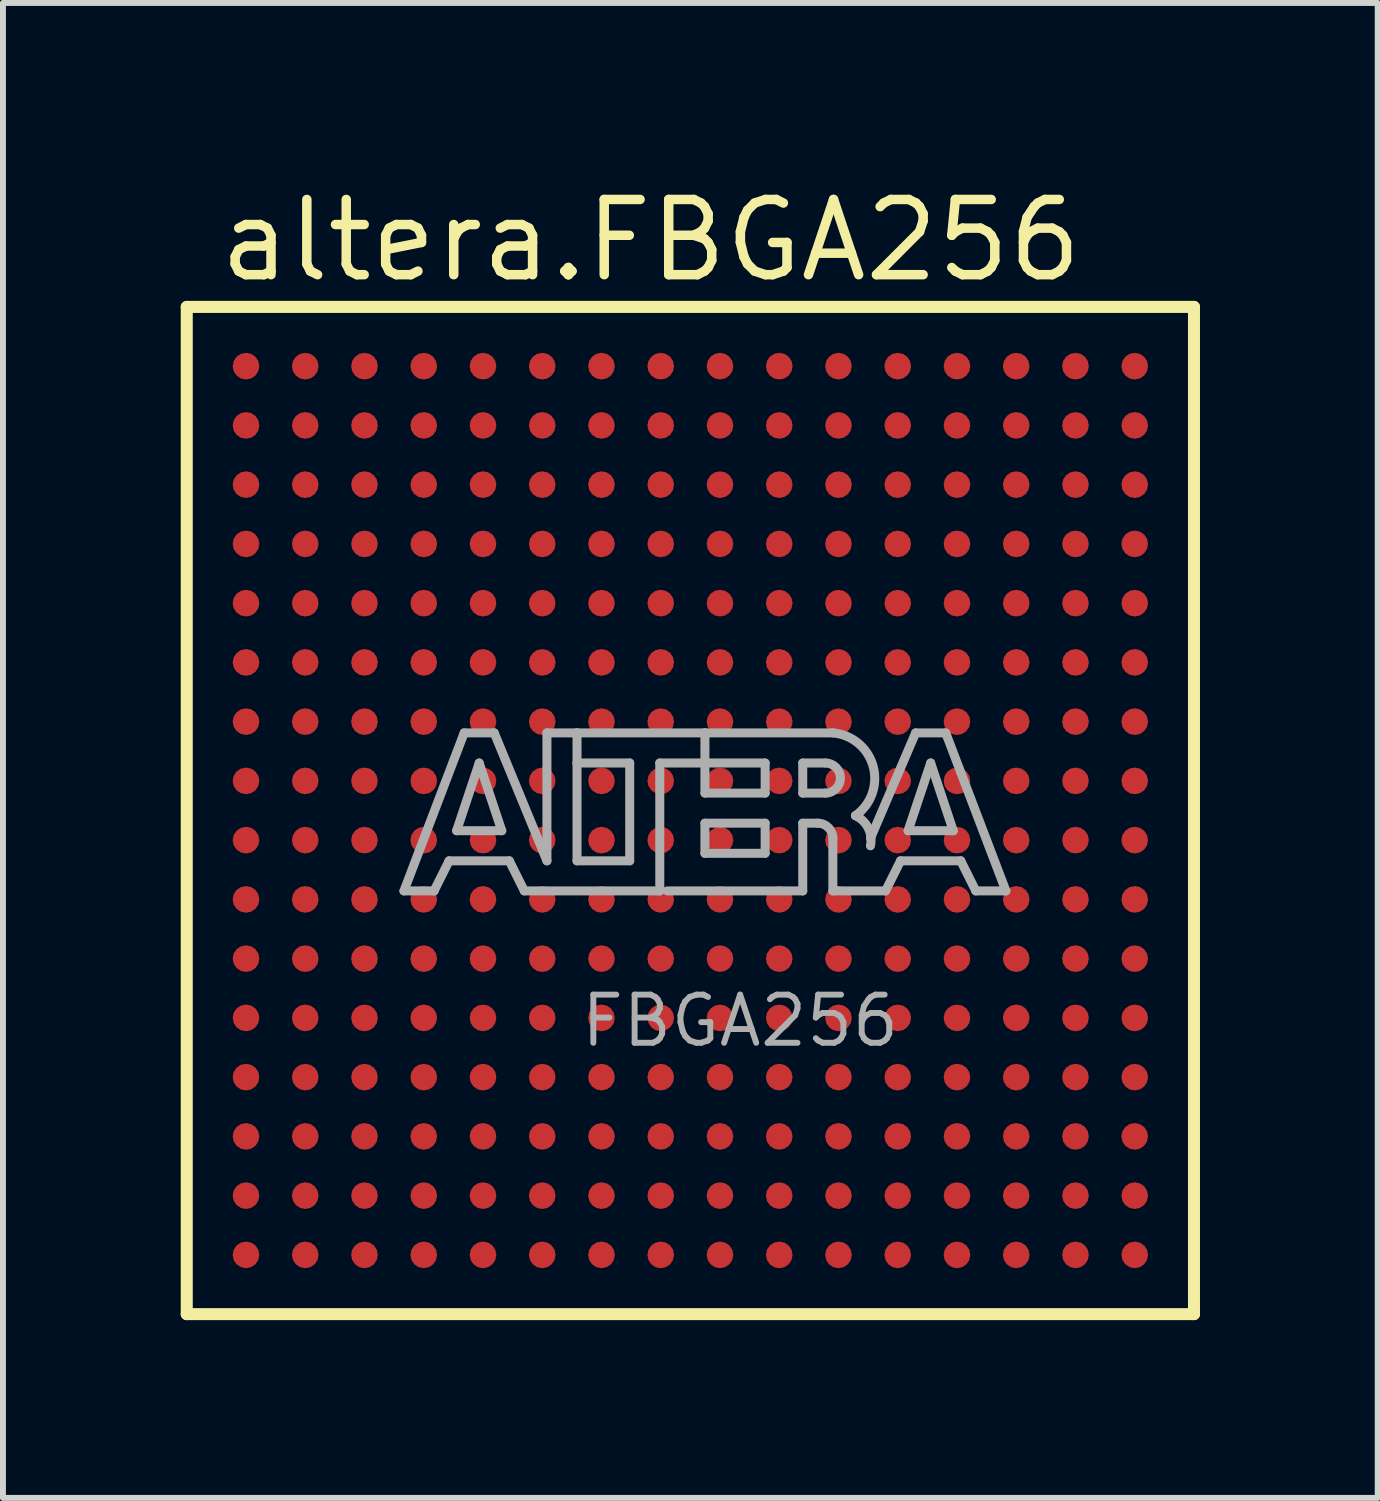
<source format=kicad_pcb>
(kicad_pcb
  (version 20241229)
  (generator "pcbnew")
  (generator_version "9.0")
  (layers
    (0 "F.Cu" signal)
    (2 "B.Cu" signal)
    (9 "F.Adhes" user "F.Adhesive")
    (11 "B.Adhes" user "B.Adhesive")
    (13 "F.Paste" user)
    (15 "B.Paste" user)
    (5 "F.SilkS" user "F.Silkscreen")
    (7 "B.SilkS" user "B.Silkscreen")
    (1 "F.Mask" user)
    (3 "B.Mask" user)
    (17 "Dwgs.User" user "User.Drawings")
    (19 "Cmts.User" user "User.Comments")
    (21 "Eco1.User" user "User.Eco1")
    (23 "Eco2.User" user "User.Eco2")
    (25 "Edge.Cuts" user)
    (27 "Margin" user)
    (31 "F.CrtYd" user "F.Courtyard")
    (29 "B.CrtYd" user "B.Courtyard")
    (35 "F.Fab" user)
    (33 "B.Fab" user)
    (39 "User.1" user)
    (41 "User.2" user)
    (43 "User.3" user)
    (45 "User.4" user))
  (footprint "altera.FBGA256"
    (layer "F.Cu")
    (at 8.602 10.63)
    (property "Reference" "altera.FBGA256" (at -8.03 -8.88 0) (layer "F.SilkS") (effects (font (size 1.27 1.27) (thickness 0.16)) (justify left bottom)))
    (attr smd)
    (fp_line (start -8.5 -8.5) (end -8.5 8.5) (stroke (width 0.203) (type default)) (layer "F.SilkS"))
    (fp_line (start -8.5 8.5) (end 8.5 8.5) (stroke (width 0.203) (type default)) (layer "F.SilkS"))
    (fp_line (start 8.5 -8.5) (end -8.5 -8.5) (stroke (width 0.203) (type default)) (layer "F.SilkS"))
    (fp_line (start 8.5 8.5) (end 8.5 -8.5) (stroke (width 0.203) (type default)) (layer "F.SilkS"))
    (fp_line (start -4.834 1.357) (end -3.818 -1.31) (stroke (width 0.152) (type default)) (layer "F.Fab"))
    (fp_line (start -4.326 1.357) (end -4.834 1.357) (stroke (width 0.152) (type default)) (layer "F.Fab"))
    (fp_line (start -4.072 0.849) (end -4.326 1.357) (stroke (width 0.152) (type default)) (layer "F.Fab"))
    (fp_line (start -3.945 0.341) (end -3.183 0.341) (stroke (width 0.152) (type default)) (layer "F.Fab"))
    (fp_line (start -3.818 -1.31) (end -3.31 -1.31) (stroke (width 0.152) (type default)) (layer "F.Fab"))
    (fp_line (start -3.564 -0.802) (end -3.945 0.341) (stroke (width 0.152) (type default)) (layer "F.Fab"))
    (fp_line (start -3.31 -1.31) (end -2.421 0.849) (stroke (width 0.152) (type default)) (layer "F.Fab"))
    (fp_line (start -3.183 0.341) (end -3.564 -0.802) (stroke (width 0.152) (type default)) (layer "F.Fab"))
    (fp_line (start -3.056 0.849) (end -4.072 0.849) (stroke (width 0.152) (type default)) (layer "F.Fab"))
    (fp_line (start -2.802 1.357) (end -3.056 0.849) (stroke (width 0.152) (type default)) (layer "F.Fab"))
    (fp_line (start -2.421 -1.31) (end -1.913 -1.31) (stroke (width 0.152) (type default)) (layer "F.Fab"))
    (fp_line (start -2.421 0.849) (end -2.421 -1.31) (stroke (width 0.152) (type default)) (layer "F.Fab"))
    (fp_line (start -1.913 -1.31) (end -1.913 -0.802) (stroke (width 0.152) (type default)) (layer "F.Fab"))
    (fp_line (start -1.913 -1.31) (end 0.246 -1.31) (stroke (width 0.152) (type default)) (layer "F.Fab"))
    (fp_line (start -1.913 -0.802) (end -1.913 0.849) (stroke (width 0.152) (type default)) (layer "F.Fab"))
    (fp_line (start -1.913 0.849) (end -1.024 0.849) (stroke (width 0.152) (type default)) (layer "F.Fab"))
    (fp_line (start -1.024 -0.802) (end -1.913 -0.802) (stroke (width 0.152) (type default)) (layer "F.Fab"))
    (fp_line (start -1.024 0.849) (end -1.024 -0.802) (stroke (width 0.152) (type default)) (layer "F.Fab"))
    (fp_line (start -0.516 -0.802) (end -0.516 1.357) (stroke (width 0.152) (type default)) (layer "F.Fab"))
    (fp_line (start -0.516 1.357) (end -2.802 1.357) (stroke (width 0.152) (type default)) (layer "F.Fab"))
    (fp_line (start 0.246 -1.31) (end 0.246 -0.802) (stroke (width 0.152) (type default)) (layer "F.Fab"))
    (fp_line (start 0.246 -1.31) (end 2.405 -1.31) (stroke (width 0.152) (type default)) (layer "F.Fab"))
    (fp_line (start 0.246 -0.802) (end -0.516 -0.802) (stroke (width 0.152) (type default)) (layer "F.Fab"))
    (fp_line (start 0.246 -0.802) (end 0.246 -0.294) (stroke (width 0.152) (type default)) (layer "F.Fab"))
    (fp_line (start 0.246 -0.294) (end 1.262 -0.294) (stroke (width 0.152) (type default)) (layer "F.Fab"))
    (fp_line (start 0.246 0.214) (end 1.262 0.214) (stroke (width 0.152) (type default)) (layer "F.Fab"))
    (fp_line (start 0.246 0.722) (end 0.246 0.214) (stroke (width 0.152) (type default)) (layer "F.Fab"))
    (fp_line (start 1.262 -0.802) (end 0.246 -0.802) (stroke (width 0.152) (type default)) (layer "F.Fab"))
    (fp_line (start 1.262 -0.294) (end 1.262 -0.802) (stroke (width 0.152) (type default)) (layer "F.Fab"))
    (fp_line (start 1.262 0.214) (end 1.262 0.722) (stroke (width 0.152) (type default)) (layer "F.Fab"))
    (fp_line (start 1.262 0.722) (end 0.246 0.722) (stroke (width 0.152) (type default)) (layer "F.Fab"))
    (fp_line (start 1.897 -0.802) (end 1.897 -0.294) (stroke (width 0.152) (type default)) (layer "F.Fab"))
    (fp_line (start 1.897 -0.294) (end 2.278 -0.294) (stroke (width 0.152) (type default)) (layer "F.Fab"))
    (fp_line (start 1.897 0.214) (end 1.897 1.357) (stroke (width 0.152) (type default)) (layer "F.Fab"))
    (fp_line (start 1.897 0.214) (end 2.151 0.214) (stroke (width 0.152) (type default)) (layer "F.Fab"))
    (fp_line (start 1.897 1.357) (end -0.389 1.357) (stroke (width 0.152) (type default)) (layer "F.Fab"))
    (fp_line (start 2.278 -0.802) (end 1.897 -0.802) (stroke (width 0.152) (type default)) (layer "F.Fab"))
    (fp_line (start 2.405 0.468) (end 2.405 1.357) (stroke (width 0.152) (type default)) (layer "F.Fab"))
    (fp_line (start 2.405 1.357) (end 3.294 1.357) (stroke (width 0.152) (type default)) (layer "F.Fab"))
    (fp_line (start 3.294 1.357) (end 3.548 0.849) (stroke (width 0.152) (type default)) (layer "F.Fab"))
    (fp_line (start 3.548 0.849) (end 4.564 0.849) (stroke (width 0.152) (type default)) (layer "F.Fab"))
    (fp_line (start 3.675 0.341) (end 4.056 -0.802) (stroke (width 0.152) (type default)) (layer "F.Fab"))
    (fp_line (start 3.802 -1.31) (end 3.04 0.468) (stroke (width 0.152) (type default)) (layer "F.Fab"))
    (fp_line (start 4.056 -0.802) (end 4.437 0.341) (stroke (width 0.152) (type default)) (layer "F.Fab"))
    (fp_line (start 4.31 -1.31) (end 3.802 -1.31) (stroke (width 0.152) (type default)) (layer "F.Fab"))
    (fp_line (start 4.437 0.341) (end 3.675 0.341) (stroke (width 0.152) (type default)) (layer "F.Fab"))
    (fp_line (start 4.564 0.849) (end 4.818 1.357) (stroke (width 0.152) (type default)) (layer "F.Fab"))
    (fp_line (start 4.818 1.357) (end 5.326 1.357) (stroke (width 0.152) (type default)) (layer "F.Fab"))
    (fp_line (start 5.326 1.357) (end 4.31 -1.31) (stroke (width 0.152) (type default)) (layer "F.Fab"))
    (fp_arc (start 2.151 0.214) (mid 2.330605 0.288395) (end 2.405 0.468) (stroke (width 0.1524) (type default)) (layer "F.Fab"))
    (fp_arc (start 2.278 -0.802) (mid 2.532 -0.548) (end 2.278 -0.294) (stroke (width 0.1524) (type default)) (layer "F.Fab"))
    (fp_arc (start 2.405 -1.31) (mid 3.084953 -0.74477) (end 2.7861 0.0874) (stroke (width 0.1524) (type default)) (layer "F.Fab"))
    (fp_arc (start 2.7861 0.0871) (mid 3.002081 0.296587) (end 3.0398 0.5951) (stroke (width 0.1524) (type default)) (layer "F.Fab"))
    (fp_text user "FBGA256" (at -1.897 4.025 0) (layer "F.Fab") (effects (font (size 0.813 0.813) (thickness 0.1)) (justify left bottom)))
    (pad "A1" smd roundrect (at -7.5 -7.5) (size 0.45 0.45) (layers "F.Cu" "F.Mask" "F.Paste") (roundrect_rratio 0.5))
    (pad "A2" smd roundrect (at -6.5 -7.5) (size 0.45 0.45) (layers "F.Cu" "F.Mask" "F.Paste") (roundrect_rratio 0.5))
    (pad "A3" smd roundrect (at -5.5 -7.5) (size 0.45 0.45) (layers "F.Cu" "F.Mask" "F.Paste") (roundrect_rratio 0.5))
    (pad "A4" smd roundrect (at -4.5 -7.5) (size 0.45 0.45) (layers "F.Cu" "F.Mask" "F.Paste") (roundrect_rratio 0.5))
    (pad "A5" smd roundrect (at -3.5 -7.5) (size 0.45 0.45) (layers "F.Cu" "F.Mask" "F.Paste") (roundrect_rratio 0.5))
    (pad "A6" smd roundrect (at -2.5 -7.5) (size 0.45 0.45) (layers "F.Cu" "F.Mask" "F.Paste") (roundrect_rratio 0.5))
    (pad "A7" smd roundrect (at -1.5 -7.5) (size 0.45 0.45) (layers "F.Cu" "F.Mask" "F.Paste") (roundrect_rratio 0.5))
    (pad "A8" smd roundrect (at -0.5 -7.5) (size 0.45 0.45) (layers "F.Cu" "F.Mask" "F.Paste") (roundrect_rratio 0.5))
    (pad "A9" smd roundrect (at 0.5 -7.5) (size 0.45 0.45) (layers "F.Cu" "F.Mask" "F.Paste") (roundrect_rratio 0.5))
    (pad "A10" smd roundrect (at 1.5 -7.5) (size 0.45 0.45) (layers "F.Cu" "F.Mask" "F.Paste") (roundrect_rratio 0.5))
    (pad "A11" smd roundrect (at 2.5 -7.5) (size 0.45 0.45) (layers "F.Cu" "F.Mask" "F.Paste") (roundrect_rratio 0.5))
    (pad "A12" smd roundrect (at 3.5 -7.5) (size 0.45 0.45) (layers "F.Cu" "F.Mask" "F.Paste") (roundrect_rratio 0.5))
    (pad "A13" smd roundrect (at 4.5 -7.5) (size 0.45 0.45) (layers "F.Cu" "F.Mask" "F.Paste") (roundrect_rratio 0.5))
    (pad "A14" smd roundrect (at 5.5 -7.5) (size 0.45 0.45) (layers "F.Cu" "F.Mask" "F.Paste") (roundrect_rratio 0.5))
    (pad "A15" smd roundrect (at 6.5 -7.5) (size 0.45 0.45) (layers "F.Cu" "F.Mask" "F.Paste") (roundrect_rratio 0.5))
    (pad "A16" smd roundrect (at 7.5 -7.5) (size 0.45 0.45) (layers "F.Cu" "F.Mask" "F.Paste") (roundrect_rratio 0.5))
    (pad "B1" smd roundrect (at -7.5 -6.5) (size 0.45 0.45) (layers "F.Cu" "F.Mask" "F.Paste") (roundrect_rratio 0.5))
    (pad "B2" smd roundrect (at -6.5 -6.5) (size 0.45 0.45) (layers "F.Cu" "F.Mask" "F.Paste") (roundrect_rratio 0.5))
    (pad "B3" smd roundrect (at -5.5 -6.5) (size 0.45 0.45) (layers "F.Cu" "F.Mask" "F.Paste") (roundrect_rratio 0.5))
    (pad "B4" smd roundrect (at -4.5 -6.5) (size 0.45 0.45) (layers "F.Cu" "F.Mask" "F.Paste") (roundrect_rratio 0.5))
    (pad "B5" smd roundrect (at -3.5 -6.5) (size 0.45 0.45) (layers "F.Cu" "F.Mask" "F.Paste") (roundrect_rratio 0.5))
    (pad "B6" smd roundrect (at -2.5 -6.5) (size 0.45 0.45) (layers "F.Cu" "F.Mask" "F.Paste") (roundrect_rratio 0.5))
    (pad "B7" smd roundrect (at -1.5 -6.5) (size 0.45 0.45) (layers "F.Cu" "F.Mask" "F.Paste") (roundrect_rratio 0.5))
    (pad "B8" smd roundrect (at -0.5 -6.5) (size 0.45 0.45) (layers "F.Cu" "F.Mask" "F.Paste") (roundrect_rratio 0.5))
    (pad "B9" smd roundrect (at 0.5 -6.5) (size 0.45 0.45) (layers "F.Cu" "F.Mask" "F.Paste") (roundrect_rratio 0.5))
    (pad "B10" smd roundrect (at 1.5 -6.5) (size 0.45 0.45) (layers "F.Cu" "F.Mask" "F.Paste") (roundrect_rratio 0.5))
    (pad "B11" smd roundrect (at 2.5 -6.5) (size 0.45 0.45) (layers "F.Cu" "F.Mask" "F.Paste") (roundrect_rratio 0.5))
    (pad "B12" smd roundrect (at 3.5 -6.5) (size 0.45 0.45) (layers "F.Cu" "F.Mask" "F.Paste") (roundrect_rratio 0.5))
    (pad "B13" smd roundrect (at 4.5 -6.5) (size 0.45 0.45) (layers "F.Cu" "F.Mask" "F.Paste") (roundrect_rratio 0.5))
    (pad "B14" smd roundrect (at 5.5 -6.5) (size 0.45 0.45) (layers "F.Cu" "F.Mask" "F.Paste") (roundrect_rratio 0.5))
    (pad "B15" smd roundrect (at 6.5 -6.5) (size 0.45 0.45) (layers "F.Cu" "F.Mask" "F.Paste") (roundrect_rratio 0.5))
    (pad "B16" smd roundrect (at 7.5 -6.5) (size 0.45 0.45) (layers "F.Cu" "F.Mask" "F.Paste") (roundrect_rratio 0.5))
    (pad "C1" smd roundrect (at -7.5 -5.5) (size 0.45 0.45) (layers "F.Cu" "F.Mask" "F.Paste") (roundrect_rratio 0.5))
    (pad "C2" smd roundrect (at -6.5 -5.5) (size 0.45 0.45) (layers "F.Cu" "F.Mask" "F.Paste") (roundrect_rratio 0.5))
    (pad "C3" smd roundrect (at -5.5 -5.5) (size 0.45 0.45) (layers "F.Cu" "F.Mask" "F.Paste") (roundrect_rratio 0.5))
    (pad "C4" smd roundrect (at -4.5 -5.5) (size 0.45 0.45) (layers "F.Cu" "F.Mask" "F.Paste") (roundrect_rratio 0.5))
    (pad "C5" smd roundrect (at -3.5 -5.5) (size 0.45 0.45) (layers "F.Cu" "F.Mask" "F.Paste") (roundrect_rratio 0.5))
    (pad "C6" smd roundrect (at -2.5 -5.5) (size 0.45 0.45) (layers "F.Cu" "F.Mask" "F.Paste") (roundrect_rratio 0.5))
    (pad "C7" smd roundrect (at -1.5 -5.5) (size 0.45 0.45) (layers "F.Cu" "F.Mask" "F.Paste") (roundrect_rratio 0.5))
    (pad "C8" smd roundrect (at -0.5 -5.5) (size 0.45 0.45) (layers "F.Cu" "F.Mask" "F.Paste") (roundrect_rratio 0.5))
    (pad "C9" smd roundrect (at 0.5 -5.5) (size 0.45 0.45) (layers "F.Cu" "F.Mask" "F.Paste") (roundrect_rratio 0.5))
    (pad "C10" smd roundrect (at 1.5 -5.5) (size 0.45 0.45) (layers "F.Cu" "F.Mask" "F.Paste") (roundrect_rratio 0.5))
    (pad "C11" smd roundrect (at 2.5 -5.5) (size 0.45 0.45) (layers "F.Cu" "F.Mask" "F.Paste") (roundrect_rratio 0.5))
    (pad "C12" smd roundrect (at 3.5 -5.5) (size 0.45 0.45) (layers "F.Cu" "F.Mask" "F.Paste") (roundrect_rratio 0.5))
    (pad "C13" smd roundrect (at 4.5 -5.5) (size 0.45 0.45) (layers "F.Cu" "F.Mask" "F.Paste") (roundrect_rratio 0.5))
    (pad "C14" smd roundrect (at 5.5 -5.5) (size 0.45 0.45) (layers "F.Cu" "F.Mask" "F.Paste") (roundrect_rratio 0.5))
    (pad "C15" smd roundrect (at 6.5 -5.5) (size 0.45 0.45) (layers "F.Cu" "F.Mask" "F.Paste") (roundrect_rratio 0.5))
    (pad "C16" smd roundrect (at 7.5 -5.5) (size 0.45 0.45) (layers "F.Cu" "F.Mask" "F.Paste") (roundrect_rratio 0.5))
    (pad "D1" smd roundrect (at -7.5 -4.5) (size 0.45 0.45) (layers "F.Cu" "F.Mask" "F.Paste") (roundrect_rratio 0.5))
    (pad "D2" smd roundrect (at -6.5 -4.5) (size 0.45 0.45) (layers "F.Cu" "F.Mask" "F.Paste") (roundrect_rratio 0.5))
    (pad "D3" smd roundrect (at -5.5 -4.5) (size 0.45 0.45) (layers "F.Cu" "F.Mask" "F.Paste") (roundrect_rratio 0.5))
    (pad "D4" smd roundrect (at -4.5 -4.5) (size 0.45 0.45) (layers "F.Cu" "F.Mask" "F.Paste") (roundrect_rratio 0.5))
    (pad "D5" smd roundrect (at -3.5 -4.5) (size 0.45 0.45) (layers "F.Cu" "F.Mask" "F.Paste") (roundrect_rratio 0.5))
    (pad "D6" smd roundrect (at -2.5 -4.5) (size 0.45 0.45) (layers "F.Cu" "F.Mask" "F.Paste") (roundrect_rratio 0.5))
    (pad "D7" smd roundrect (at -1.5 -4.5) (size 0.45 0.45) (layers "F.Cu" "F.Mask" "F.Paste") (roundrect_rratio 0.5))
    (pad "D8" smd roundrect (at -0.5 -4.5) (size 0.45 0.45) (layers "F.Cu" "F.Mask" "F.Paste") (roundrect_rratio 0.5))
    (pad "D9" smd roundrect (at 0.5 -4.5) (size 0.45 0.45) (layers "F.Cu" "F.Mask" "F.Paste") (roundrect_rratio 0.5))
    (pad "D10" smd roundrect (at 1.5 -4.5) (size 0.45 0.45) (layers "F.Cu" "F.Mask" "F.Paste") (roundrect_rratio 0.5))
    (pad "D11" smd roundrect (at 2.5 -4.5) (size 0.45 0.45) (layers "F.Cu" "F.Mask" "F.Paste") (roundrect_rratio 0.5))
    (pad "D12" smd roundrect (at 3.5 -4.5) (size 0.45 0.45) (layers "F.Cu" "F.Mask" "F.Paste") (roundrect_rratio 0.5))
    (pad "D13" smd roundrect (at 4.5 -4.5) (size 0.45 0.45) (layers "F.Cu" "F.Mask" "F.Paste") (roundrect_rratio 0.5))
    (pad "D14" smd roundrect (at 5.5 -4.5) (size 0.45 0.45) (layers "F.Cu" "F.Mask" "F.Paste") (roundrect_rratio 0.5))
    (pad "D15" smd roundrect (at 6.5 -4.5) (size 0.45 0.45) (layers "F.Cu" "F.Mask" "F.Paste") (roundrect_rratio 0.5))
    (pad "D16" smd roundrect (at 7.5 -4.5) (size 0.45 0.45) (layers "F.Cu" "F.Mask" "F.Paste") (roundrect_rratio 0.5))
    (pad "E1" smd roundrect (at -7.5 -3.5) (size 0.45 0.45) (layers "F.Cu" "F.Mask" "F.Paste") (roundrect_rratio 0.5))
    (pad "E2" smd roundrect (at -6.5 -3.5) (size 0.45 0.45) (layers "F.Cu" "F.Mask" "F.Paste") (roundrect_rratio 0.5))
    (pad "E3" smd roundrect (at -5.5 -3.5) (size 0.45 0.45) (layers "F.Cu" "F.Mask" "F.Paste") (roundrect_rratio 0.5))
    (pad "E4" smd roundrect (at -4.5 -3.5) (size 0.45 0.45) (layers "F.Cu" "F.Mask" "F.Paste") (roundrect_rratio 0.5))
    (pad "E5" smd roundrect (at -3.5 -3.5) (size 0.45 0.45) (layers "F.Cu" "F.Mask" "F.Paste") (roundrect_rratio 0.5))
    (pad "E6" smd roundrect (at -2.5 -3.5) (size 0.45 0.45) (layers "F.Cu" "F.Mask" "F.Paste") (roundrect_rratio 0.5))
    (pad "E7" smd roundrect (at -1.5 -3.5) (size 0.45 0.45) (layers "F.Cu" "F.Mask" "F.Paste") (roundrect_rratio 0.5))
    (pad "E8" smd roundrect (at -0.5 -3.5) (size 0.45 0.45) (layers "F.Cu" "F.Mask" "F.Paste") (roundrect_rratio 0.5))
    (pad "E9" smd roundrect (at 0.5 -3.5) (size 0.45 0.45) (layers "F.Cu" "F.Mask" "F.Paste") (roundrect_rratio 0.5))
    (pad "E10" smd roundrect (at 1.5 -3.5) (size 0.45 0.45) (layers "F.Cu" "F.Mask" "F.Paste") (roundrect_rratio 0.5))
    (pad "E11" smd roundrect (at 2.5 -3.5) (size 0.45 0.45) (layers "F.Cu" "F.Mask" "F.Paste") (roundrect_rratio 0.5))
    (pad "E12" smd roundrect (at 3.5 -3.5) (size 0.45 0.45) (layers "F.Cu" "F.Mask" "F.Paste") (roundrect_rratio 0.5))
    (pad "E13" smd roundrect (at 4.5 -3.5) (size 0.45 0.45) (layers "F.Cu" "F.Mask" "F.Paste") (roundrect_rratio 0.5))
    (pad "E14" smd roundrect (at 5.5 -3.5) (size 0.45 0.45) (layers "F.Cu" "F.Mask" "F.Paste") (roundrect_rratio 0.5))
    (pad "E15" smd roundrect (at 6.5 -3.5) (size 0.45 0.45) (layers "F.Cu" "F.Mask" "F.Paste") (roundrect_rratio 0.5))
    (pad "E16" smd roundrect (at 7.5 -3.5) (size 0.45 0.45) (layers "F.Cu" "F.Mask" "F.Paste") (roundrect_rratio 0.5))
    (pad "F1" smd roundrect (at -7.5 -2.5) (size 0.45 0.45) (layers "F.Cu" "F.Mask" "F.Paste") (roundrect_rratio 0.5))
    (pad "F2" smd roundrect (at -6.5 -2.5) (size 0.45 0.45) (layers "F.Cu" "F.Mask" "F.Paste") (roundrect_rratio 0.5))
    (pad "F3" smd roundrect (at -5.5 -2.5) (size 0.45 0.45) (layers "F.Cu" "F.Mask" "F.Paste") (roundrect_rratio 0.5))
    (pad "F4" smd roundrect (at -4.5 -2.5) (size 0.45 0.45) (layers "F.Cu" "F.Mask" "F.Paste") (roundrect_rratio 0.5))
    (pad "F5" smd roundrect (at -3.5 -2.5) (size 0.45 0.45) (layers "F.Cu" "F.Mask" "F.Paste") (roundrect_rratio 0.5))
    (pad "F6" smd roundrect (at -2.5 -2.5) (size 0.45 0.45) (layers "F.Cu" "F.Mask" "F.Paste") (roundrect_rratio 0.5))
    (pad "F7" smd roundrect (at -1.5 -2.5) (size 0.45 0.45) (layers "F.Cu" "F.Mask" "F.Paste") (roundrect_rratio 0.5))
    (pad "F8" smd roundrect (at -0.5 -2.5) (size 0.45 0.45) (layers "F.Cu" "F.Mask" "F.Paste") (roundrect_rratio 0.5))
    (pad "F9" smd roundrect (at 0.5 -2.5) (size 0.45 0.45) (layers "F.Cu" "F.Mask" "F.Paste") (roundrect_rratio 0.5))
    (pad "F10" smd roundrect (at 1.5 -2.5) (size 0.45 0.45) (layers "F.Cu" "F.Mask" "F.Paste") (roundrect_rratio 0.5))
    (pad "F11" smd roundrect (at 2.5 -2.5) (size 0.45 0.45) (layers "F.Cu" "F.Mask" "F.Paste") (roundrect_rratio 0.5))
    (pad "F12" smd roundrect (at 3.5 -2.5) (size 0.45 0.45) (layers "F.Cu" "F.Mask" "F.Paste") (roundrect_rratio 0.5))
    (pad "F13" smd roundrect (at 4.5 -2.5) (size 0.45 0.45) (layers "F.Cu" "F.Mask" "F.Paste") (roundrect_rratio 0.5))
    (pad "F14" smd roundrect (at 5.5 -2.5) (size 0.45 0.45) (layers "F.Cu" "F.Mask" "F.Paste") (roundrect_rratio 0.5))
    (pad "F15" smd roundrect (at 6.5 -2.5) (size 0.45 0.45) (layers "F.Cu" "F.Mask" "F.Paste") (roundrect_rratio 0.5))
    (pad "F16" smd roundrect (at 7.5 -2.5) (size 0.45 0.45) (layers "F.Cu" "F.Mask" "F.Paste") (roundrect_rratio 0.5))
    (pad "G1" smd roundrect (at -7.5 -1.5) (size 0.45 0.45) (layers "F.Cu" "F.Mask" "F.Paste") (roundrect_rratio 0.5))
    (pad "G2" smd roundrect (at -6.5 -1.5) (size 0.45 0.45) (layers "F.Cu" "F.Mask" "F.Paste") (roundrect_rratio 0.5))
    (pad "G3" smd roundrect (at -5.5 -1.5) (size 0.45 0.45) (layers "F.Cu" "F.Mask" "F.Paste") (roundrect_rratio 0.5))
    (pad "G4" smd roundrect (at -4.5 -1.5) (size 0.45 0.45) (layers "F.Cu" "F.Mask" "F.Paste") (roundrect_rratio 0.5))
    (pad "G5" smd roundrect (at -3.5 -1.5) (size 0.45 0.45) (layers "F.Cu" "F.Mask" "F.Paste") (roundrect_rratio 0.5))
    (pad "G6" smd roundrect (at -2.5 -1.5) (size 0.45 0.45) (layers "F.Cu" "F.Mask" "F.Paste") (roundrect_rratio 0.5))
    (pad "G7" smd roundrect (at -1.5 -1.5) (size 0.45 0.45) (layers "F.Cu" "F.Mask" "F.Paste") (roundrect_rratio 0.5))
    (pad "G8" smd roundrect (at -0.5 -1.5) (size 0.45 0.45) (layers "F.Cu" "F.Mask" "F.Paste") (roundrect_rratio 0.5))
    (pad "G9" smd roundrect (at 0.5 -1.5) (size 0.45 0.45) (layers "F.Cu" "F.Mask" "F.Paste") (roundrect_rratio 0.5))
    (pad "G10" smd roundrect (at 1.5 -1.5) (size 0.45 0.45) (layers "F.Cu" "F.Mask" "F.Paste") (roundrect_rratio 0.5))
    (pad "G11" smd roundrect (at 2.5 -1.5) (size 0.45 0.45) (layers "F.Cu" "F.Mask" "F.Paste") (roundrect_rratio 0.5))
    (pad "G12" smd roundrect (at 3.5 -1.5) (size 0.45 0.45) (layers "F.Cu" "F.Mask" "F.Paste") (roundrect_rratio 0.5))
    (pad "G13" smd roundrect (at 4.5 -1.5) (size 0.45 0.45) (layers "F.Cu" "F.Mask" "F.Paste") (roundrect_rratio 0.5))
    (pad "G14" smd roundrect (at 5.5 -1.5) (size 0.45 0.45) (layers "F.Cu" "F.Mask" "F.Paste") (roundrect_rratio 0.5))
    (pad "G15" smd roundrect (at 6.5 -1.5) (size 0.45 0.45) (layers "F.Cu" "F.Mask" "F.Paste") (roundrect_rratio 0.5))
    (pad "G16" smd roundrect (at 7.5 -1.5) (size 0.45 0.45) (layers "F.Cu" "F.Mask" "F.Paste") (roundrect_rratio 0.5))
    (pad "H1" smd roundrect (at -7.5 -0.5) (size 0.45 0.45) (layers "F.Cu" "F.Mask" "F.Paste") (roundrect_rratio 0.5))
    (pad "H2" smd roundrect (at -6.5 -0.5) (size 0.45 0.45) (layers "F.Cu" "F.Mask" "F.Paste") (roundrect_rratio 0.5))
    (pad "H3" smd roundrect (at -5.5 -0.5) (size 0.45 0.45) (layers "F.Cu" "F.Mask" "F.Paste") (roundrect_rratio 0.5))
    (pad "H4" smd roundrect (at -4.5 -0.5) (size 0.45 0.45) (layers "F.Cu" "F.Mask" "F.Paste") (roundrect_rratio 0.5))
    (pad "H5" smd roundrect (at -3.5 -0.5) (size 0.45 0.45) (layers "F.Cu" "F.Mask" "F.Paste") (roundrect_rratio 0.5))
    (pad "H6" smd roundrect (at -2.5 -0.5) (size 0.45 0.45) (layers "F.Cu" "F.Mask" "F.Paste") (roundrect_rratio 0.5))
    (pad "H7" smd roundrect (at -1.5 -0.5) (size 0.45 0.45) (layers "F.Cu" "F.Mask" "F.Paste") (roundrect_rratio 0.5))
    (pad "H8" smd roundrect (at -0.5 -0.5) (size 0.45 0.45) (layers "F.Cu" "F.Mask" "F.Paste") (roundrect_rratio 0.5))
    (pad "H9" smd roundrect (at 0.5 -0.5) (size 0.45 0.45) (layers "F.Cu" "F.Mask" "F.Paste") (roundrect_rratio 0.5))
    (pad "H10" smd roundrect (at 1.5 -0.5) (size 0.45 0.45) (layers "F.Cu" "F.Mask" "F.Paste") (roundrect_rratio 0.5))
    (pad "H11" smd roundrect (at 2.5 -0.5) (size 0.45 0.45) (layers "F.Cu" "F.Mask" "F.Paste") (roundrect_rratio 0.5))
    (pad "H12" smd roundrect (at 3.5 -0.5) (size 0.45 0.45) (layers "F.Cu" "F.Mask" "F.Paste") (roundrect_rratio 0.5))
    (pad "H13" smd roundrect (at 4.5 -0.5) (size 0.45 0.45) (layers "F.Cu" "F.Mask" "F.Paste") (roundrect_rratio 0.5))
    (pad "H14" smd roundrect (at 5.5 -0.5) (size 0.45 0.45) (layers "F.Cu" "F.Mask" "F.Paste") (roundrect_rratio 0.5))
    (pad "H15" smd roundrect (at 6.5 -0.5) (size 0.45 0.45) (layers "F.Cu" "F.Mask" "F.Paste") (roundrect_rratio 0.5))
    (pad "H16" smd roundrect (at 7.5 -0.5) (size 0.45 0.45) (layers "F.Cu" "F.Mask" "F.Paste") (roundrect_rratio 0.5))
    (pad "J1" smd roundrect (at -7.5 0.5) (size 0.45 0.45) (layers "F.Cu" "F.Mask" "F.Paste") (roundrect_rratio 0.5))
    (pad "J2" smd roundrect (at -6.5 0.5) (size 0.45 0.45) (layers "F.Cu" "F.Mask" "F.Paste") (roundrect_rratio 0.5))
    (pad "J3" smd roundrect (at -5.5 0.5) (size 0.45 0.45) (layers "F.Cu" "F.Mask" "F.Paste") (roundrect_rratio 0.5))
    (pad "J4" smd roundrect (at -4.5 0.5) (size 0.45 0.45) (layers "F.Cu" "F.Mask" "F.Paste") (roundrect_rratio 0.5))
    (pad "J5" smd roundrect (at -3.5 0.5) (size 0.45 0.45) (layers "F.Cu" "F.Mask" "F.Paste") (roundrect_rratio 0.5))
    (pad "J6" smd roundrect (at -2.5 0.5) (size 0.45 0.45) (layers "F.Cu" "F.Mask" "F.Paste") (roundrect_rratio 0.5))
    (pad "J7" smd roundrect (at -1.5 0.5) (size 0.45 0.45) (layers "F.Cu" "F.Mask" "F.Paste") (roundrect_rratio 0.5))
    (pad "J8" smd roundrect (at -0.5 0.5) (size 0.45 0.45) (layers "F.Cu" "F.Mask" "F.Paste") (roundrect_rratio 0.5))
    (pad "J9" smd roundrect (at 0.5 0.5) (size 0.45 0.45) (layers "F.Cu" "F.Mask" "F.Paste") (roundrect_rratio 0.5))
    (pad "J10" smd roundrect (at 1.5 0.5) (size 0.45 0.45) (layers "F.Cu" "F.Mask" "F.Paste") (roundrect_rratio 0.5))
    (pad "J11" smd roundrect (at 2.5 0.5) (size 0.45 0.45) (layers "F.Cu" "F.Mask" "F.Paste") (roundrect_rratio 0.5))
    (pad "J12" smd roundrect (at 3.5 0.5) (size 0.45 0.45) (layers "F.Cu" "F.Mask" "F.Paste") (roundrect_rratio 0.5))
    (pad "J13" smd roundrect (at 4.5 0.5) (size 0.45 0.45) (layers "F.Cu" "F.Mask" "F.Paste") (roundrect_rratio 0.5))
    (pad "J14" smd roundrect (at 5.5 0.5) (size 0.45 0.45) (layers "F.Cu" "F.Mask" "F.Paste") (roundrect_rratio 0.5))
    (pad "J15" smd roundrect (at 6.5 0.5) (size 0.45 0.45) (layers "F.Cu" "F.Mask" "F.Paste") (roundrect_rratio 0.5))
    (pad "J16" smd roundrect (at 7.5 0.5) (size 0.45 0.45) (layers "F.Cu" "F.Mask" "F.Paste") (roundrect_rratio 0.5))
    (pad "K1" smd roundrect (at -7.5 1.5) (size 0.45 0.45) (layers "F.Cu" "F.Mask" "F.Paste") (roundrect_rratio 0.5))
    (pad "K2" smd roundrect (at -6.5 1.5) (size 0.45 0.45) (layers "F.Cu" "F.Mask" "F.Paste") (roundrect_rratio 0.5))
    (pad "K3" smd roundrect (at -5.5 1.5) (size 0.45 0.45) (layers "F.Cu" "F.Mask" "F.Paste") (roundrect_rratio 0.5))
    (pad "K4" smd roundrect (at -4.5 1.5) (size 0.45 0.45) (layers "F.Cu" "F.Mask" "F.Paste") (roundrect_rratio 0.5))
    (pad "K5" smd roundrect (at -3.5 1.5) (size 0.45 0.45) (layers "F.Cu" "F.Mask" "F.Paste") (roundrect_rratio 0.5))
    (pad "K6" smd roundrect (at -2.5 1.5) (size 0.45 0.45) (layers "F.Cu" "F.Mask" "F.Paste") (roundrect_rratio 0.5))
    (pad "K7" smd roundrect (at -1.5 1.5) (size 0.45 0.45) (layers "F.Cu" "F.Mask" "F.Paste") (roundrect_rratio 0.5))
    (pad "K8" smd roundrect (at -0.5 1.5) (size 0.45 0.45) (layers "F.Cu" "F.Mask" "F.Paste") (roundrect_rratio 0.5))
    (pad "K9" smd roundrect (at 0.5 1.5) (size 0.45 0.45) (layers "F.Cu" "F.Mask" "F.Paste") (roundrect_rratio 0.5))
    (pad "K10" smd roundrect (at 1.5 1.5) (size 0.45 0.45) (layers "F.Cu" "F.Mask" "F.Paste") (roundrect_rratio 0.5))
    (pad "K11" smd roundrect (at 2.5 1.5) (size 0.45 0.45) (layers "F.Cu" "F.Mask" "F.Paste") (roundrect_rratio 0.5))
    (pad "K12" smd roundrect (at 3.5 1.5) (size 0.45 0.45) (layers "F.Cu" "F.Mask" "F.Paste") (roundrect_rratio 0.5))
    (pad "K13" smd roundrect (at 4.5 1.5) (size 0.45 0.45) (layers "F.Cu" "F.Mask" "F.Paste") (roundrect_rratio 0.5))
    (pad "K14" smd roundrect (at 5.5 1.5) (size 0.45 0.45) (layers "F.Cu" "F.Mask" "F.Paste") (roundrect_rratio 0.5))
    (pad "K15" smd roundrect (at 6.5 1.5) (size 0.45 0.45) (layers "F.Cu" "F.Mask" "F.Paste") (roundrect_rratio 0.5))
    (pad "K16" smd roundrect (at 7.5 1.5) (size 0.45 0.45) (layers "F.Cu" "F.Mask" "F.Paste") (roundrect_rratio 0.5))
    (pad "L1" smd roundrect (at -7.5 2.5) (size 0.45 0.45) (layers "F.Cu" "F.Mask" "F.Paste") (roundrect_rratio 0.5))
    (pad "L2" smd roundrect (at -6.5 2.5) (size 0.45 0.45) (layers "F.Cu" "F.Mask" "F.Paste") (roundrect_rratio 0.5))
    (pad "L3" smd roundrect (at -5.5 2.5) (size 0.45 0.45) (layers "F.Cu" "F.Mask" "F.Paste") (roundrect_rratio 0.5))
    (pad "L4" smd roundrect (at -4.5 2.5) (size 0.45 0.45) (layers "F.Cu" "F.Mask" "F.Paste") (roundrect_rratio 0.5))
    (pad "L5" smd roundrect (at -3.5 2.5) (size 0.45 0.45) (layers "F.Cu" "F.Mask" "F.Paste") (roundrect_rratio 0.5))
    (pad "L6" smd roundrect (at -2.5 2.5) (size 0.45 0.45) (layers "F.Cu" "F.Mask" "F.Paste") (roundrect_rratio 0.5))
    (pad "L7" smd roundrect (at -1.5 2.5) (size 0.45 0.45) (layers "F.Cu" "F.Mask" "F.Paste") (roundrect_rratio 0.5))
    (pad "L8" smd roundrect (at -0.5 2.5) (size 0.45 0.45) (layers "F.Cu" "F.Mask" "F.Paste") (roundrect_rratio 0.5))
    (pad "L9" smd roundrect (at 0.5 2.5) (size 0.45 0.45) (layers "F.Cu" "F.Mask" "F.Paste") (roundrect_rratio 0.5))
    (pad "L10" smd roundrect (at 1.5 2.5) (size 0.45 0.45) (layers "F.Cu" "F.Mask" "F.Paste") (roundrect_rratio 0.5))
    (pad "L11" smd roundrect (at 2.5 2.5) (size 0.45 0.45) (layers "F.Cu" "F.Mask" "F.Paste") (roundrect_rratio 0.5))
    (pad "L12" smd roundrect (at 3.5 2.5) (size 0.45 0.45) (layers "F.Cu" "F.Mask" "F.Paste") (roundrect_rratio 0.5))
    (pad "L13" smd roundrect (at 4.5 2.5) (size 0.45 0.45) (layers "F.Cu" "F.Mask" "F.Paste") (roundrect_rratio 0.5))
    (pad "L14" smd roundrect (at 5.5 2.5) (size 0.45 0.45) (layers "F.Cu" "F.Mask" "F.Paste") (roundrect_rratio 0.5))
    (pad "L15" smd roundrect (at 6.5 2.5) (size 0.45 0.45) (layers "F.Cu" "F.Mask" "F.Paste") (roundrect_rratio 0.5))
    (pad "L16" smd roundrect (at 7.5 2.5) (size 0.45 0.45) (layers "F.Cu" "F.Mask" "F.Paste") (roundrect_rratio 0.5))
    (pad "M1" smd roundrect (at -7.5 3.5) (size 0.45 0.45) (layers "F.Cu" "F.Mask" "F.Paste") (roundrect_rratio 0.5))
    (pad "M2" smd roundrect (at -6.5 3.5) (size 0.45 0.45) (layers "F.Cu" "F.Mask" "F.Paste") (roundrect_rratio 0.5))
    (pad "M3" smd roundrect (at -5.5 3.5) (size 0.45 0.45) (layers "F.Cu" "F.Mask" "F.Paste") (roundrect_rratio 0.5))
    (pad "M4" smd roundrect (at -4.5 3.5) (size 0.45 0.45) (layers "F.Cu" "F.Mask" "F.Paste") (roundrect_rratio 0.5))
    (pad "M5" smd roundrect (at -3.5 3.5) (size 0.45 0.45) (layers "F.Cu" "F.Mask" "F.Paste") (roundrect_rratio 0.5))
    (pad "M6" smd roundrect (at -2.5 3.5) (size 0.45 0.45) (layers "F.Cu" "F.Mask" "F.Paste") (roundrect_rratio 0.5))
    (pad "M7" smd roundrect (at -1.5 3.5) (size 0.45 0.45) (layers "F.Cu" "F.Mask" "F.Paste") (roundrect_rratio 0.5))
    (pad "M8" smd roundrect (at -0.5 3.5) (size 0.45 0.45) (layers "F.Cu" "F.Mask" "F.Paste") (roundrect_rratio 0.5))
    (pad "M9" smd roundrect (at 0.5 3.5) (size 0.45 0.45) (layers "F.Cu" "F.Mask" "F.Paste") (roundrect_rratio 0.5))
    (pad "M10" smd roundrect (at 1.5 3.5) (size 0.45 0.45) (layers "F.Cu" "F.Mask" "F.Paste") (roundrect_rratio 0.5))
    (pad "M11" smd roundrect (at 2.5 3.5) (size 0.45 0.45) (layers "F.Cu" "F.Mask" "F.Paste") (roundrect_rratio 0.5))
    (pad "M12" smd roundrect (at 3.5 3.5) (size 0.45 0.45) (layers "F.Cu" "F.Mask" "F.Paste") (roundrect_rratio 0.5))
    (pad "M13" smd roundrect (at 4.5 3.5) (size 0.45 0.45) (layers "F.Cu" "F.Mask" "F.Paste") (roundrect_rratio 0.5))
    (pad "M14" smd roundrect (at 5.5 3.5) (size 0.45 0.45) (layers "F.Cu" "F.Mask" "F.Paste") (roundrect_rratio 0.5))
    (pad "M15" smd roundrect (at 6.5 3.5) (size 0.45 0.45) (layers "F.Cu" "F.Mask" "F.Paste") (roundrect_rratio 0.5))
    (pad "M16" smd roundrect (at 7.5 3.5) (size 0.45 0.45) (layers "F.Cu" "F.Mask" "F.Paste") (roundrect_rratio 0.5))
    (pad "N1" smd roundrect (at -7.5 4.5) (size 0.45 0.45) (layers "F.Cu" "F.Mask" "F.Paste") (roundrect_rratio 0.5))
    (pad "N2" smd roundrect (at -6.5 4.5) (size 0.45 0.45) (layers "F.Cu" "F.Mask" "F.Paste") (roundrect_rratio 0.5))
    (pad "N3" smd roundrect (at -5.5 4.5) (size 0.45 0.45) (layers "F.Cu" "F.Mask" "F.Paste") (roundrect_rratio 0.5))
    (pad "N4" smd roundrect (at -4.5 4.5) (size 0.45 0.45) (layers "F.Cu" "F.Mask" "F.Paste") (roundrect_rratio 0.5))
    (pad "N5" smd roundrect (at -3.5 4.5) (size 0.45 0.45) (layers "F.Cu" "F.Mask" "F.Paste") (roundrect_rratio 0.5))
    (pad "N6" smd roundrect (at -2.5 4.5) (size 0.45 0.45) (layers "F.Cu" "F.Mask" "F.Paste") (roundrect_rratio 0.5))
    (pad "N7" smd roundrect (at -1.5 4.5) (size 0.45 0.45) (layers "F.Cu" "F.Mask" "F.Paste") (roundrect_rratio 0.5))
    (pad "N8" smd roundrect (at -0.5 4.5) (size 0.45 0.45) (layers "F.Cu" "F.Mask" "F.Paste") (roundrect_rratio 0.5))
    (pad "N9" smd roundrect (at 0.5 4.5) (size 0.45 0.45) (layers "F.Cu" "F.Mask" "F.Paste") (roundrect_rratio 0.5))
    (pad "N10" smd roundrect (at 1.5 4.5) (size 0.45 0.45) (layers "F.Cu" "F.Mask" "F.Paste") (roundrect_rratio 0.5))
    (pad "N11" smd roundrect (at 2.5 4.5) (size 0.45 0.45) (layers "F.Cu" "F.Mask" "F.Paste") (roundrect_rratio 0.5))
    (pad "N12" smd roundrect (at 3.5 4.5) (size 0.45 0.45) (layers "F.Cu" "F.Mask" "F.Paste") (roundrect_rratio 0.5))
    (pad "N13" smd roundrect (at 4.5 4.5) (size 0.45 0.45) (layers "F.Cu" "F.Mask" "F.Paste") (roundrect_rratio 0.5))
    (pad "N14" smd roundrect (at 5.5 4.5) (size 0.45 0.45) (layers "F.Cu" "F.Mask" "F.Paste") (roundrect_rratio 0.5))
    (pad "N15" smd roundrect (at 6.5 4.5) (size 0.45 0.45) (layers "F.Cu" "F.Mask" "F.Paste") (roundrect_rratio 0.5))
    (pad "N16" smd roundrect (at 7.5 4.5) (size 0.45 0.45) (layers "F.Cu" "F.Mask" "F.Paste") (roundrect_rratio 0.5))
    (pad "P1" smd roundrect (at -7.5 5.5) (size 0.45 0.45) (layers "F.Cu" "F.Mask" "F.Paste") (roundrect_rratio 0.5))
    (pad "P2" smd roundrect (at -6.5 5.5) (size 0.45 0.45) (layers "F.Cu" "F.Mask" "F.Paste") (roundrect_rratio 0.5))
    (pad "P3" smd roundrect (at -5.5 5.5) (size 0.45 0.45) (layers "F.Cu" "F.Mask" "F.Paste") (roundrect_rratio 0.5))
    (pad "P4" smd roundrect (at -4.5 5.5) (size 0.45 0.45) (layers "F.Cu" "F.Mask" "F.Paste") (roundrect_rratio 0.5))
    (pad "P5" smd roundrect (at -3.5 5.5) (size 0.45 0.45) (layers "F.Cu" "F.Mask" "F.Paste") (roundrect_rratio 0.5))
    (pad "P6" smd roundrect (at -2.5 5.5) (size 0.45 0.45) (layers "F.Cu" "F.Mask" "F.Paste") (roundrect_rratio 0.5))
    (pad "P7" smd roundrect (at -1.5 5.5) (size 0.45 0.45) (layers "F.Cu" "F.Mask" "F.Paste") (roundrect_rratio 0.5))
    (pad "P8" smd roundrect (at -0.5 5.5) (size 0.45 0.45) (layers "F.Cu" "F.Mask" "F.Paste") (roundrect_rratio 0.5))
    (pad "P9" smd roundrect (at 0.5 5.5) (size 0.45 0.45) (layers "F.Cu" "F.Mask" "F.Paste") (roundrect_rratio 0.5))
    (pad "P10" smd roundrect (at 1.5 5.5) (size 0.45 0.45) (layers "F.Cu" "F.Mask" "F.Paste") (roundrect_rratio 0.5))
    (pad "P11" smd roundrect (at 2.5 5.5) (size 0.45 0.45) (layers "F.Cu" "F.Mask" "F.Paste") (roundrect_rratio 0.5))
    (pad "P12" smd roundrect (at 3.5 5.5) (size 0.45 0.45) (layers "F.Cu" "F.Mask" "F.Paste") (roundrect_rratio 0.5))
    (pad "P13" smd roundrect (at 4.5 5.5) (size 0.45 0.45) (layers "F.Cu" "F.Mask" "F.Paste") (roundrect_rratio 0.5))
    (pad "P14" smd roundrect (at 5.5 5.5) (size 0.45 0.45) (layers "F.Cu" "F.Mask" "F.Paste") (roundrect_rratio 0.5))
    (pad "P15" smd roundrect (at 6.5 5.5) (size 0.45 0.45) (layers "F.Cu" "F.Mask" "F.Paste") (roundrect_rratio 0.5))
    (pad "P16" smd roundrect (at 7.5 5.5) (size 0.45 0.45) (layers "F.Cu" "F.Mask" "F.Paste") (roundrect_rratio 0.5))
    (pad "R1" smd roundrect (at -7.5 6.5) (size 0.45 0.45) (layers "F.Cu" "F.Mask" "F.Paste") (roundrect_rratio 0.5))
    (pad "R2" smd roundrect (at -6.5 6.5) (size 0.45 0.45) (layers "F.Cu" "F.Mask" "F.Paste") (roundrect_rratio 0.5))
    (pad "R3" smd roundrect (at -5.5 6.5) (size 0.45 0.45) (layers "F.Cu" "F.Mask" "F.Paste") (roundrect_rratio 0.5))
    (pad "R4" smd roundrect (at -4.5 6.5) (size 0.45 0.45) (layers "F.Cu" "F.Mask" "F.Paste") (roundrect_rratio 0.5))
    (pad "R5" smd roundrect (at -3.5 6.5) (size 0.45 0.45) (layers "F.Cu" "F.Mask" "F.Paste") (roundrect_rratio 0.5))
    (pad "R6" smd roundrect (at -2.5 6.5) (size 0.45 0.45) (layers "F.Cu" "F.Mask" "F.Paste") (roundrect_rratio 0.5))
    (pad "R7" smd roundrect (at -1.5 6.5) (size 0.45 0.45) (layers "F.Cu" "F.Mask" "F.Paste") (roundrect_rratio 0.5))
    (pad "R8" smd roundrect (at -0.5 6.5) (size 0.45 0.45) (layers "F.Cu" "F.Mask" "F.Paste") (roundrect_rratio 0.5))
    (pad "R9" smd roundrect (at 0.5 6.5) (size 0.45 0.45) (layers "F.Cu" "F.Mask" "F.Paste") (roundrect_rratio 0.5))
    (pad "R10" smd roundrect (at 1.5 6.5) (size 0.45 0.45) (layers "F.Cu" "F.Mask" "F.Paste") (roundrect_rratio 0.5))
    (pad "R11" smd roundrect (at 2.5 6.5) (size 0.45 0.45) (layers "F.Cu" "F.Mask" "F.Paste") (roundrect_rratio 0.5))
    (pad "R12" smd roundrect (at 3.5 6.5) (size 0.45 0.45) (layers "F.Cu" "F.Mask" "F.Paste") (roundrect_rratio 0.5))
    (pad "R13" smd roundrect (at 4.5 6.5) (size 0.45 0.45) (layers "F.Cu" "F.Mask" "F.Paste") (roundrect_rratio 0.5))
    (pad "R14" smd roundrect (at 5.5 6.5) (size 0.45 0.45) (layers "F.Cu" "F.Mask" "F.Paste") (roundrect_rratio 0.5))
    (pad "R15" smd roundrect (at 6.5 6.5) (size 0.45 0.45) (layers "F.Cu" "F.Mask" "F.Paste") (roundrect_rratio 0.5))
    (pad "R16" smd roundrect (at 7.5 6.5) (size 0.45 0.45) (layers "F.Cu" "F.Mask" "F.Paste") (roundrect_rratio 0.5))
    (pad "T1" smd roundrect (at -7.5 7.5) (size 0.45 0.45) (layers "F.Cu" "F.Mask" "F.Paste") (roundrect_rratio 0.5))
    (pad "T2" smd roundrect (at -6.5 7.5) (size 0.45 0.45) (layers "F.Cu" "F.Mask" "F.Paste") (roundrect_rratio 0.5))
    (pad "T3" smd roundrect (at -5.5 7.5) (size 0.45 0.45) (layers "F.Cu" "F.Mask" "F.Paste") (roundrect_rratio 0.5))
    (pad "T4" smd roundrect (at -4.5 7.5) (size 0.45 0.45) (layers "F.Cu" "F.Mask" "F.Paste") (roundrect_rratio 0.5))
    (pad "T5" smd roundrect (at -3.5 7.5) (size 0.45 0.45) (layers "F.Cu" "F.Mask" "F.Paste") (roundrect_rratio 0.5))
    (pad "T6" smd roundrect (at -2.5 7.5) (size 0.45 0.45) (layers "F.Cu" "F.Mask" "F.Paste") (roundrect_rratio 0.5))
    (pad "T7" smd roundrect (at -1.5 7.5) (size 0.45 0.45) (layers "F.Cu" "F.Mask" "F.Paste") (roundrect_rratio 0.5))
    (pad "T8" smd roundrect (at -0.5 7.5) (size 0.45 0.45) (layers "F.Cu" "F.Mask" "F.Paste") (roundrect_rratio 0.5))
    (pad "T9" smd roundrect (at 0.5 7.5) (size 0.45 0.45) (layers "F.Cu" "F.Mask" "F.Paste") (roundrect_rratio 0.5))
    (pad "T10" smd roundrect (at 1.5 7.5) (size 0.45 0.45) (layers "F.Cu" "F.Mask" "F.Paste") (roundrect_rratio 0.5))
    (pad "T11" smd roundrect (at 2.5 7.5) (size 0.45 0.45) (layers "F.Cu" "F.Mask" "F.Paste") (roundrect_rratio 0.5))
    (pad "T12" smd roundrect (at 3.5 7.5) (size 0.45 0.45) (layers "F.Cu" "F.Mask" "F.Paste") (roundrect_rratio 0.5))
    (pad "T13" smd roundrect (at 4.5 7.5) (size 0.45 0.45) (layers "F.Cu" "F.Mask" "F.Paste") (roundrect_rratio 0.5))
    (pad "T14" smd roundrect (at 5.5 7.5) (size 0.45 0.45) (layers "F.Cu" "F.Mask" "F.Paste") (roundrect_rratio 0.5))
    (pad "T15" smd roundrect (at 6.5 7.5) (size 0.45 0.45) (layers "F.Cu" "F.Mask" "F.Paste") (roundrect_rratio 0.5))
    (pad "T16" smd roundrect (at 7.5 7.5) (size 0.45 0.45) (layers "F.Cu" "F.Mask" "F.Paste") (roundrect_rratio 0.5)))
  (gr_rect
    (start -3 -3)
    (end 20.203 22.232)
    (stroke (width 0.1) (type default))
    (fill no)
    (layer "Edge.Cuts")))
</source>
